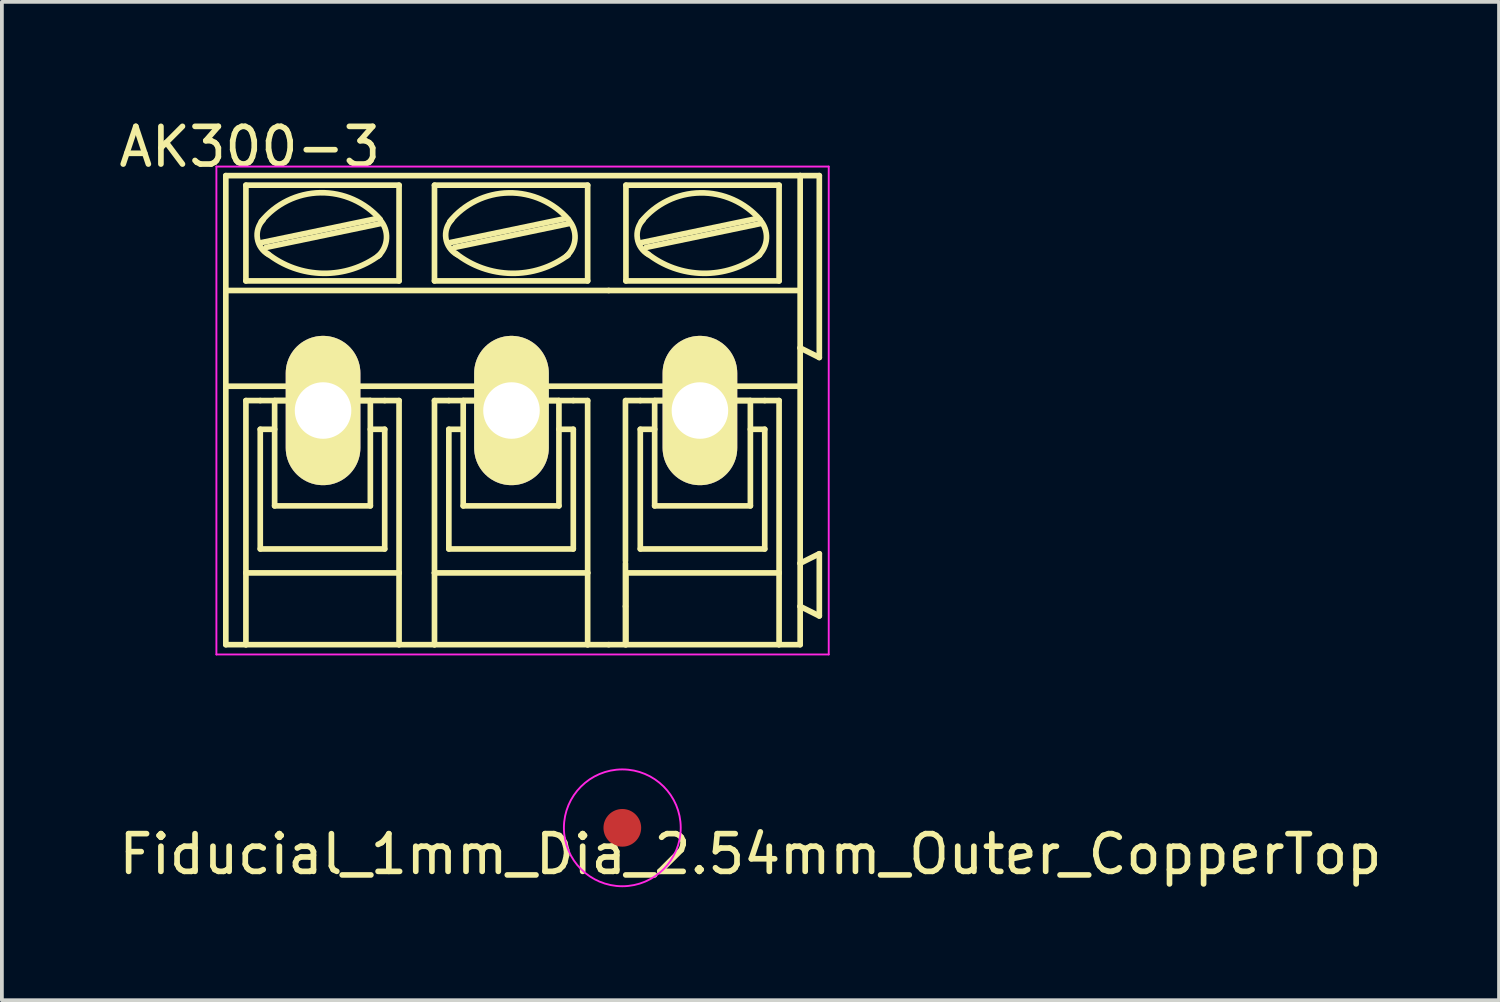
<source format=kicad_pcb>
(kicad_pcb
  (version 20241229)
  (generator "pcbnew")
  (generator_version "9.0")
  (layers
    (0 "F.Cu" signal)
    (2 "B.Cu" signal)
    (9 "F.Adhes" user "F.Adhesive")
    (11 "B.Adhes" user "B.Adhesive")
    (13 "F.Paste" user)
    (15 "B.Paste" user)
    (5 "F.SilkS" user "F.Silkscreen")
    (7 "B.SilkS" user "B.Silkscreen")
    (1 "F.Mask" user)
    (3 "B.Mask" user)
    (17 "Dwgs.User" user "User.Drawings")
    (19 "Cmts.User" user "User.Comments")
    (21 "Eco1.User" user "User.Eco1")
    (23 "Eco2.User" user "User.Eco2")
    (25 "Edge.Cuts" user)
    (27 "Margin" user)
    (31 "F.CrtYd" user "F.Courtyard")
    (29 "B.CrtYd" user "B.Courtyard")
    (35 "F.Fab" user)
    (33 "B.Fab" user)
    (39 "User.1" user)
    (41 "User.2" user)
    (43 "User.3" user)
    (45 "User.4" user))
  (footprint "Fiducial_1mm_Dia_2.54mm_Outer_CopperTop"
    (layer "F.Cu")
    (at 13.463 18.916)
    (property "Reference" "Fiducial_1mm_Dia_2.54mm_Outer_CopperTop" (at 3.4 0.7 0) (layer "F.SilkS") (effects (font (size 1 1) (thickness 0.15))))
    (attr exclude_from_pos_files exclude_from_bom)
    (fp_circle (center 0 0) (end 1.55 0) (stroke (width 0.05) (type solid)) (fill no) (layer "F.CrtYd"))
    (pad "~" smd circle (at 0 0) (size 1 1) (layers "F.Cu" "F.Mask")))
  (footprint "AK300-3"
    (layer "F.Cu")
    (at 5.522 7.843)
    (property "Reference" "AK300-3" (at -1.945 -6.995 0) (layer "F.SilkS") (effects (font (size 1 1) (thickness 0.15))))
    (attr exclude_from_pos_files exclude_from_bom)
    (fp_line (start -2.58 -6.233) (end 12.66 -6.233) (stroke (width 0.15) (type solid)) (layer "F.SilkS"))
    (fp_line (start -2.58 -3.185) (end -2.58 -6.233) (stroke (width 0.15) (type solid)) (layer "F.SilkS"))
    (fp_line (start -2.58 -3.185) (end 7.58 -3.185) (stroke (width 0.15) (type solid)) (layer "F.SilkS"))
    (fp_line (start -2.58 -0.645) (end -2.58 -3.185) (stroke (width 0.15) (type solid)) (layer "F.SilkS"))
    (fp_line (start -2.58 6.213) (end -2.58 -0.645) (stroke (width 0.15) (type solid)) (layer "F.SilkS"))
    (fp_line (start -2.58 6.213) (end -2.047 6.213) (stroke (width 0.15) (type solid)) (layer "F.SilkS"))
    (fp_line (start -2.047 -3.439) (end -2.047 -5.979) (stroke (width 0.15) (type solid)) (layer "F.SilkS"))
    (fp_line (start -2.047 -0.264) (end -2.047 4.308) (stroke (width 0.15) (type solid)) (layer "F.SilkS"))
    (fp_line (start -2.047 -0.264) (end -1.666 -0.264) (stroke (width 0.15) (type solid)) (layer "F.SilkS"))
    (fp_line (start -2.047 4.308) (end -2.047 6.213) (stroke (width 0.15) (type solid)) (layer "F.SilkS"))
    (fp_line (start -2.047 6.213) (end 2.017 6.213) (stroke (width 0.15) (type solid)) (layer "F.SilkS"))
    (fp_line (start -1.666 0.498) (end -1.285 0.498) (stroke (width 0.15) (type solid)) (layer "F.SilkS"))
    (fp_line (start -1.666 3.673) (end -1.666 0.498) (stroke (width 0.15) (type solid)) (layer "F.SilkS"))
    (fp_line (start -1.64 -4.455) (end 1.41 -5.09) (stroke (width 0.15) (type solid)) (layer "F.SilkS"))
    (fp_line (start -1.513 -4.328) (end 1.535 -4.963) (stroke (width 0.15) (type solid)) (layer "F.SilkS"))
    (fp_line (start -1.285 -0.264) (end 1.255 -0.264) (stroke (width 0.15) (type solid)) (layer "F.SilkS"))
    (fp_line (start -1.285 2.53) (end -1.285 -0.264) (stroke (width 0.15) (type solid)) (layer "F.SilkS"))
    (fp_line (start -1.285 2.53) (end 1.255 2.53) (stroke (width 0.15) (type solid)) (layer "F.SilkS"))
    (fp_line (start 1.255 2.53) (end 1.255 -0.264) (stroke (width 0.15) (type solid)) (layer "F.SilkS"))
    (fp_line (start 1.636 -0.264) (end -1.666 -0.264) (stroke (width 0.15) (type solid)) (layer "F.SilkS"))
    (fp_line (start 1.636 0.498) (end 1.255 0.498) (stroke (width 0.15) (type solid)) (layer "F.SilkS"))
    (fp_line (start 1.636 3.673) (end -1.666 3.673) (stroke (width 0.15) (type solid)) (layer "F.SilkS"))
    (fp_line (start 1.636 3.673) (end 1.636 0.498) (stroke (width 0.15) (type solid)) (layer "F.SilkS"))
    (fp_line (start 2.017 -5.979) (end -2.047 -5.979) (stroke (width 0.15) (type solid)) (layer "F.SilkS"))
    (fp_line (start 2.017 -3.439) (end -2.047 -3.439) (stroke (width 0.15) (type solid)) (layer "F.SilkS"))
    (fp_line (start 2.017 -3.439) (end 2.017 -5.979) (stroke (width 0.15) (type solid)) (layer "F.SilkS"))
    (fp_line (start 2.017 -0.264) (end 1.636 -0.264) (stroke (width 0.15) (type solid)) (layer "F.SilkS"))
    (fp_line (start 2.017 4.308) (end -2.047 4.308) (stroke (width 0.15) (type solid)) (layer "F.SilkS"))
    (fp_line (start 2.017 4.308) (end 2.017 -0.264) (stroke (width 0.15) (type solid)) (layer "F.SilkS"))
    (fp_line (start 2.017 6.213) (end 2.017 4.308) (stroke (width 0.15) (type solid)) (layer "F.SilkS"))
    (fp_line (start 2.017 6.213) (end 2.957 6.213) (stroke (width 0.15) (type solid)) (layer "F.SilkS"))
    (fp_line (start 2.957 -5.979) (end 7.021 -5.979) (stroke (width 0.15) (type solid)) (layer "F.SilkS"))
    (fp_line (start 2.957 -3.439) (end 2.957 -5.979) (stroke (width 0.15) (type solid)) (layer "F.SilkS"))
    (fp_line (start 2.957 -0.264) (end 3.338 -0.264) (stroke (width 0.15) (type solid)) (layer "F.SilkS"))
    (fp_line (start 2.957 4.308) (end 2.957 -0.264) (stroke (width 0.15) (type solid)) (layer "F.SilkS"))
    (fp_line (start 2.957 4.308) (end 7.021 4.308) (stroke (width 0.15) (type solid)) (layer "F.SilkS"))
    (fp_line (start 2.957 6.213) (end 2.957 4.308) (stroke (width 0.15) (type solid)) (layer "F.SilkS"))
    (fp_line (start 2.957 6.213) (end 7.021 6.213) (stroke (width 0.15) (type solid)) (layer "F.SilkS"))
    (fp_line (start 3.338 -0.264) (end 6.64 -0.264) (stroke (width 0.15) (type solid)) (layer "F.SilkS"))
    (fp_line (start 3.338 0.498) (end 3.719 0.498) (stroke (width 0.15) (type solid)) (layer "F.SilkS"))
    (fp_line (start 3.338 3.673) (end 3.338 0.498) (stroke (width 0.15) (type solid)) (layer "F.SilkS"))
    (fp_line (start 3.364 -4.455) (end 6.412 -5.09) (stroke (width 0.15) (type solid)) (layer "F.SilkS"))
    (fp_line (start 3.491 -4.328) (end 6.539 -4.963) (stroke (width 0.15) (type solid)) (layer "F.SilkS"))
    (fp_line (start 3.719 -0.264) (end 6.259 -0.264) (stroke (width 0.15) (type solid)) (layer "F.SilkS"))
    (fp_line (start 3.719 2.53) (end 3.719 -0.264) (stroke (width 0.15) (type solid)) (layer "F.SilkS"))
    (fp_line (start 3.719 2.53) (end 6.259 2.53) (stroke (width 0.15) (type solid)) (layer "F.SilkS"))
    (fp_line (start 6.259 2.53) (end 6.259 -0.264) (stroke (width 0.15) (type solid)) (layer "F.SilkS"))
    (fp_line (start 6.64 0.498) (end 6.259 0.498) (stroke (width 0.15) (type solid)) (layer "F.SilkS"))
    (fp_line (start 6.64 3.673) (end 3.338 3.673) (stroke (width 0.15) (type solid)) (layer "F.SilkS"))
    (fp_line (start 6.64 3.673) (end 6.64 0.498) (stroke (width 0.15) (type solid)) (layer "F.SilkS"))
    (fp_line (start 7.021 -5.979) (end 7.021 -3.439) (stroke (width 0.15) (type solid)) (layer "F.SilkS"))
    (fp_line (start 7.021 -3.439) (end 2.957 -3.439) (stroke (width 0.15) (type solid)) (layer "F.SilkS"))
    (fp_line (start 7.021 -0.264) (end 6.64 -0.264) (stroke (width 0.15) (type solid)) (layer "F.SilkS"))
    (fp_line (start 7.021 -0.264) (end 7.021 4.308) (stroke (width 0.15) (type solid)) (layer "F.SilkS"))
    (fp_line (start 7.021 4.308) (end 7.021 6.213) (stroke (width 0.15) (type solid)) (layer "F.SilkS"))
    (fp_line (start 7.021 6.213) (end 7.58 6.213) (stroke (width 0.15) (type solid)) (layer "F.SilkS"))
    (fp_line (start 7.58 -3.185) (end 12.597 -3.185) (stroke (width 0.15) (type solid)) (layer "F.SilkS"))
    (fp_line (start 8.024 3.99) (end 8.024 -0.264) (stroke (width 0.15) (type solid)) (layer "F.SilkS"))
    (fp_line (start 8.024 4.054) (end 8.024 5.197) (stroke (width 0.15) (type solid)) (layer "F.SilkS"))
    (fp_line (start 8.024 5.197) (end 8.024 6.213) (stroke (width 0.15) (type solid)) (layer "F.SilkS"))
    (fp_line (start 8.037 -5.979) (end 12.101 -5.979) (stroke (width 0.15) (type solid)) (layer "F.SilkS"))
    (fp_line (start 8.037 -3.439) (end 8.037 -5.979) (stroke (width 0.15) (type solid)) (layer "F.SilkS"))
    (fp_line (start 8.037 -0.264) (end 8.418 -0.264) (stroke (width 0.15) (type solid)) (layer "F.SilkS"))
    (fp_line (start 8.037 4.308) (end 12.101 4.308) (stroke (width 0.15) (type solid)) (layer "F.SilkS"))
    (fp_line (start 8.037 6.213) (end 8.037 4.308) (stroke (width 0.15) (type solid)) (layer "F.SilkS"))
    (fp_line (start 8.418 -0.264) (end 11.72 -0.264) (stroke (width 0.15) (type solid)) (layer "F.SilkS"))
    (fp_line (start 8.418 0.498) (end 8.799 0.498) (stroke (width 0.15) (type solid)) (layer "F.SilkS"))
    (fp_line (start 8.418 3.673) (end 8.418 0.498) (stroke (width 0.15) (type solid)) (layer "F.SilkS"))
    (fp_line (start 8.444 -4.455) (end 11.492 -5.09) (stroke (width 0.15) (type solid)) (layer "F.SilkS"))
    (fp_line (start 8.571 -4.328) (end 11.619 -4.963) (stroke (width 0.15) (type solid)) (layer "F.SilkS"))
    (fp_line (start 8.799 -0.264) (end 11.339 -0.264) (stroke (width 0.15) (type solid)) (layer "F.SilkS"))
    (fp_line (start 8.799 2.53) (end 8.799 -0.264) (stroke (width 0.15) (type solid)) (layer "F.SilkS"))
    (fp_line (start 8.799 2.53) (end 11.339 2.53) (stroke (width 0.15) (type solid)) (layer "F.SilkS"))
    (fp_line (start 11.339 2.53) (end 11.339 -0.264) (stroke (width 0.15) (type solid)) (layer "F.SilkS"))
    (fp_line (start 11.72 0.498) (end 11.339 0.498) (stroke (width 0.15) (type solid)) (layer "F.SilkS"))
    (fp_line (start 11.72 3.673) (end 8.418 3.673) (stroke (width 0.15) (type solid)) (layer "F.SilkS"))
    (fp_line (start 11.72 3.673) (end 11.72 0.498) (stroke (width 0.15) (type solid)) (layer "F.SilkS"))
    (fp_line (start 12.088 6.213) (end 7.58 6.213) (stroke (width 0.15) (type solid)) (layer "F.SilkS"))
    (fp_line (start 12.101 -5.979) (end 12.101 -3.439) (stroke (width 0.15) (type solid)) (layer "F.SilkS"))
    (fp_line (start 12.101 -3.439) (end 8.037 -3.439) (stroke (width 0.15) (type solid)) (layer "F.SilkS"))
    (fp_line (start 12.101 -0.264) (end 11.72 -0.264) (stroke (width 0.15) (type solid)) (layer "F.SilkS"))
    (fp_line (start 12.101 -0.264) (end 12.101 4.308) (stroke (width 0.15) (type solid)) (layer "F.SilkS"))
    (fp_line (start 12.101 4.308) (end 12.101 6.213) (stroke (width 0.15) (type solid)) (layer "F.SilkS"))
    (fp_line (start 12.101 6.213) (end 12.66 6.213) (stroke (width 0.15) (type solid)) (layer "F.SilkS"))
    (fp_line (start 12.66 -6.233) (end 12.66 -3.185) (stroke (width 0.15) (type solid)) (layer "F.SilkS"))
    (fp_line (start 12.66 -6.233) (end 13.168 -6.233) (stroke (width 0.15) (type solid)) (layer "F.SilkS"))
    (fp_line (start 12.66 -3.185) (end 12.66 -1.661) (stroke (width 0.15) (type solid)) (layer "F.SilkS"))
    (fp_line (start 12.66 -1.661) (end 12.66 -0.645) (stroke (width 0.15) (type solid)) (layer "F.SilkS"))
    (fp_line (start 12.66 -0.645) (end -2.517 -0.645) (stroke (width 0.15) (type solid)) (layer "F.SilkS"))
    (fp_line (start 12.66 -0.645) (end 12.66 4.054) (stroke (width 0.15) (type solid)) (layer "F.SilkS"))
    (fp_line (start 12.66 4.054) (end 12.66 5.197) (stroke (width 0.15) (type solid)) (layer "F.SilkS"))
    (fp_line (start 12.66 5.197) (end 12.66 6.213) (stroke (width 0.15) (type solid)) (layer "F.SilkS"))
    (fp_line (start 13.168 -6.233) (end 13.168 -1.407) (stroke (width 0.15) (type solid)) (layer "F.SilkS"))
    (fp_line (start 13.168 -1.407) (end 12.66 -1.661) (stroke (width 0.15) (type solid)) (layer "F.SilkS"))
    (fp_line (start 13.168 3.8) (end 12.66 4.054) (stroke (width 0.15) (type solid)) (layer "F.SilkS"))
    (fp_line (start 13.168 3.8) (end 13.168 5.451) (stroke (width 0.15) (type solid)) (layer "F.SilkS"))
    (fp_line (start 13.168 5.451) (end 12.66 5.197) (stroke (width 0.15) (type solid)) (layer "F.SilkS"))
    (fp_arc (start -1.6402 -5.0138) (mid -0.075347 -5.778837) (end 1.516573 -5.071847) (stroke (width 0.15) (type solid)) (layer "F.SilkS"))
    (fp_arc (start -1.44462 -4.1375) (mid -1.742784 -4.563845) (end -1.58952 -5.061019) (stroke (width 0.15) (type solid)) (layer "F.SilkS"))
    (fp_arc (start 1.50178 -4.12734) (mid -0.000269 -3.640479) (end -1.485988 -4.175104) (stroke (width 0.15) (type solid)) (layer "F.SilkS"))
    (fp_arc (start 1.5094 -5.06206) (mid 1.683736 -4.565962) (end 1.45415 -4.09289) (stroke (width 0.15) (type solid)) (layer "F.SilkS"))
    (fp_arc (start 3.3636 -5.0138) (mid 4.926638 -5.774946) (end 6.514411 -5.066844) (stroke (width 0.15) (type solid)) (layer "F.SilkS"))
    (fp_arc (start 3.55664 -4.1375) (mid 3.259456 -4.565849) (end 3.414903 -5.063481) (stroke (width 0.15) (type solid)) (layer "F.SilkS"))
    (fp_arc (start 6.50304 -4.12734) (mid 5.000991 -3.640479) (end 3.515272 -4.175104) (stroke (width 0.15) (type solid)) (layer "F.SilkS"))
    (fp_arc (start 6.51066 -5.06206) (mid 6.685748 -4.567765) (end 6.457972 -4.095429) (stroke (width 0.15) (type solid)) (layer "F.SilkS"))
    (fp_arc (start 8.4436 -5.0138) (mid 10.006638 -5.774946) (end 11.594411 -5.066844) (stroke (width 0.15) (type solid)) (layer "F.SilkS"))
    (fp_arc (start 8.63664 -4.1375) (mid 8.339456 -4.565849) (end 8.494903 -5.063481) (stroke (width 0.15) (type solid)) (layer "F.SilkS"))
    (fp_arc (start 11.58304 -4.12734) (mid 10.080991 -3.640479) (end 8.595272 -4.175104) (stroke (width 0.15) (type solid)) (layer "F.SilkS"))
    (fp_arc (start 11.59066 -5.06206) (mid 11.765748 -4.567765) (end 11.537972 -4.095429) (stroke (width 0.15) (type solid)) (layer "F.SilkS"))
    (fp_line (start -2.83 -6.473) (end -2.83 6.473) (stroke (width 0.05) (type solid)) (layer "F.CrtYd"))
    (fp_line (start -2.83 6.473) (end 13.418 6.473) (stroke (width 0.05) (type solid)) (layer "F.CrtYd"))
    (fp_line (start 13.418 -6.473) (end -2.83 -6.473) (stroke (width 0.05) (type solid)) (layer "F.CrtYd"))
    (fp_line (start 13.418 6.473) (end 13.418 -6.473) (stroke (width 0.05) (type solid)) (layer "F.CrtYd"))
    (pad "1" thru_hole oval (at 0 0) (size 1.981 3.962) (drill 1.5) (layers "*.Cu" "*.Mask" "F.SilkS"))
    (pad "2" thru_hole oval (at 5 0) (size 1.981 3.962) (drill 1.5) (layers "*.Cu" "*.Mask" "F.SilkS"))
    (pad "3" thru_hole oval (at 10 0) (size 1.981 3.962) (drill 1.5) (layers "*.Cu" "*.Mask" "F.SilkS")))
  (gr_rect
    (start -3 -3)
    (end 36.726 23.491)
    (stroke (width 0.1) (type default))
    (fill no)
    (layer "Edge.Cuts")))
</source>
